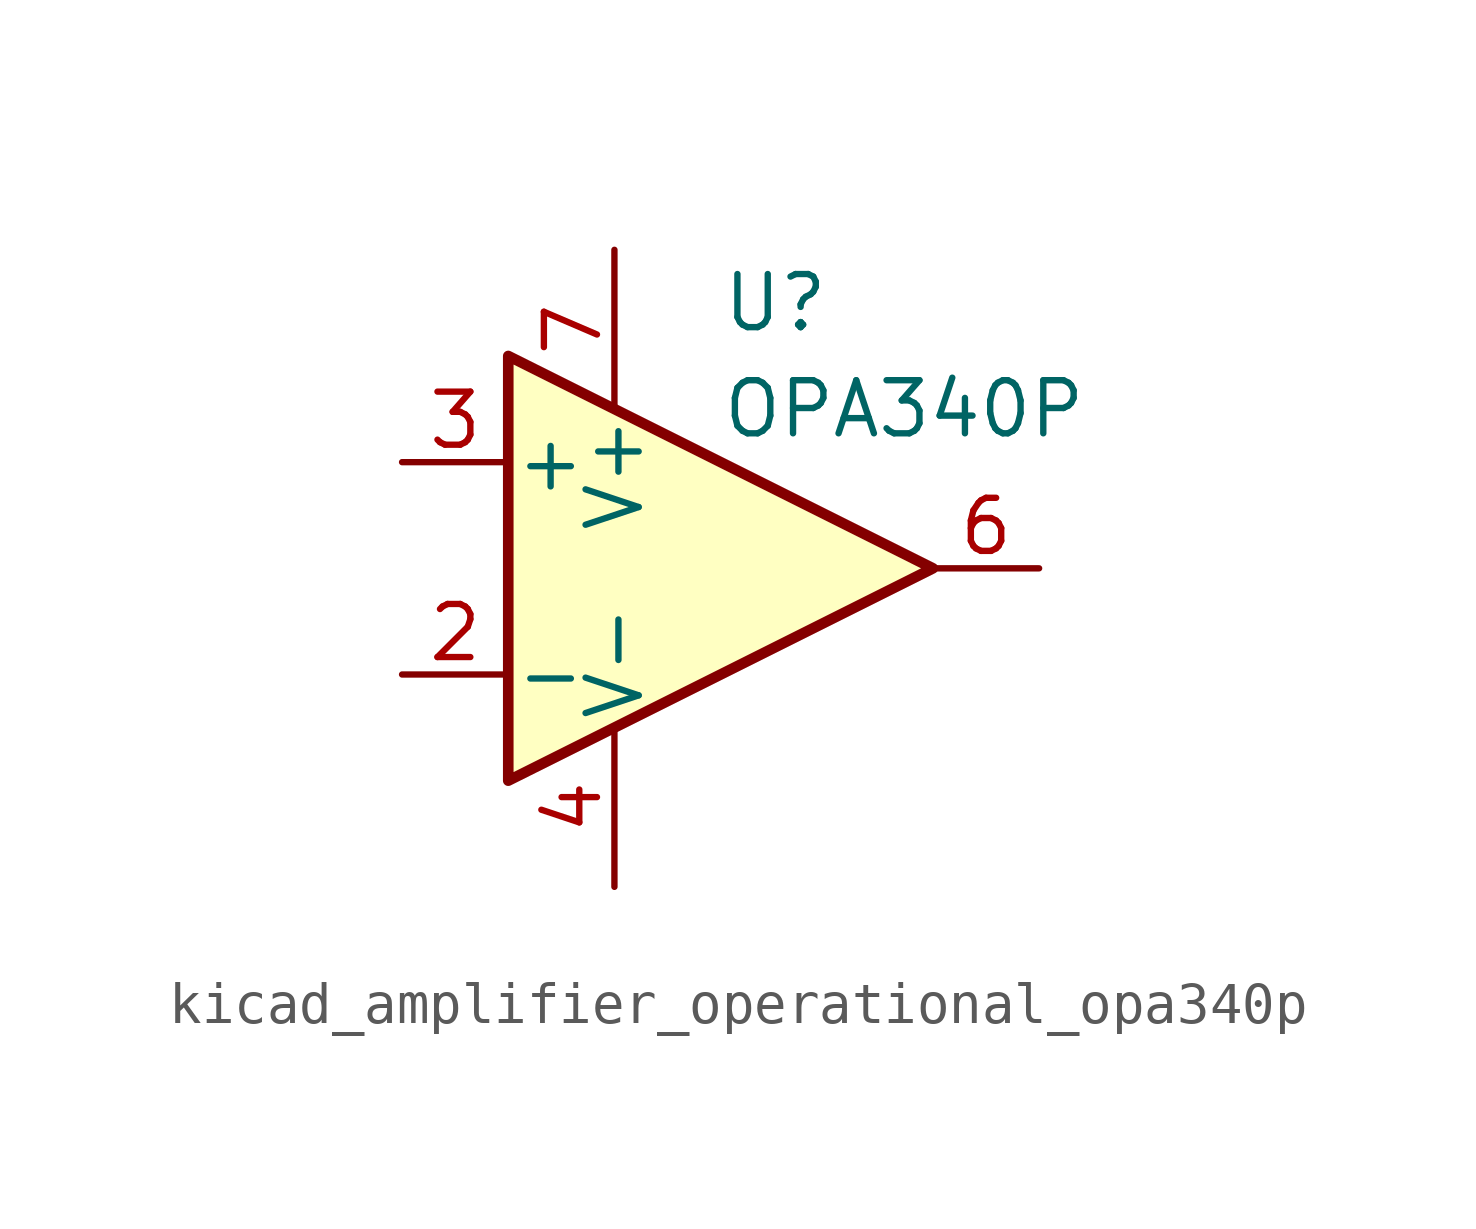
<source format=kicad_sym>
(kicad_symbol_lib
  (version 20220914)
  (generator kicad_symbol_editor)
  (symbol "kicad_amplifier_operational_opa340p"
    (pin_names
      (offset 0.127))
    (property "Reference" "U"
      (at 0 6.35 0)
      (effects (font (size 1.27 1.27)) (justify left)))
    (property "Value" "OPA340P"
      (at 0 3.81 0)
      (effects (font (size 1.27 1.27)) (justify left)))
    (symbol "kicad_amplifier_operational_opa340p_0_1"
      (polyline (pts (xy -5.08 5.08) (xy 5.08 0) (xy -5.08 -5.08) (xy -5.08 5.08)) (stroke (width 0.254) (type default)) (fill (type background))))
    (symbol "kicad_amplifier_operational_opa340p_1_1"
      (pin no_connect line (at -5.08 -2.54 90) (length 2.54) hide (name "NC" (effects (font (size 1.27 1.27)))) (number "1" (effects (font (size 1.27 1.27)))))
      (pin input line (at -7.62 -2.54 0) (length 2.54) (name "-" (effects (font (size 1.27 1.27)))) (number "2" (effects (font (size 1.27 1.27)))))
      (pin input line (at -7.62 2.54 0) (length 2.54) (name "+" (effects (font (size 1.27 1.27)))) (number "3" (effects (font (size 1.27 1.27)))))
      (pin power_in line (at -2.54 -7.62 90) (length 3.81) (name "V-" (effects (font (size 1.27 1.27)))) (number "4" (effects (font (size 1.27 1.27)))))
      (pin no_connect line (at -2.54 -2.54 90) (length 2.54) hide (name "NC" (effects (font (size 1.27 1.27)))) (number "5" (effects (font (size 1.27 1.27)))))
      (pin output line (at 7.62 0 180) (length 2.54) (name "~" (effects (font (size 1.27 1.27)))) (number "6" (effects (font (size 1.27 1.27)))))
      (pin power_in line (at -2.54 7.62 270) (length 3.81) (name "V+" (effects (font (size 1.27 1.27)))) (number "7" (effects (font (size 1.27 1.27)))))
      (pin no_connect line (at 0 -2.54 90) (length 2.54) hide (name "NC" (effects (font (size 1.27 1.27)))) (number "8" (effects (font (size 1.27 1.27))))))))
</source>
